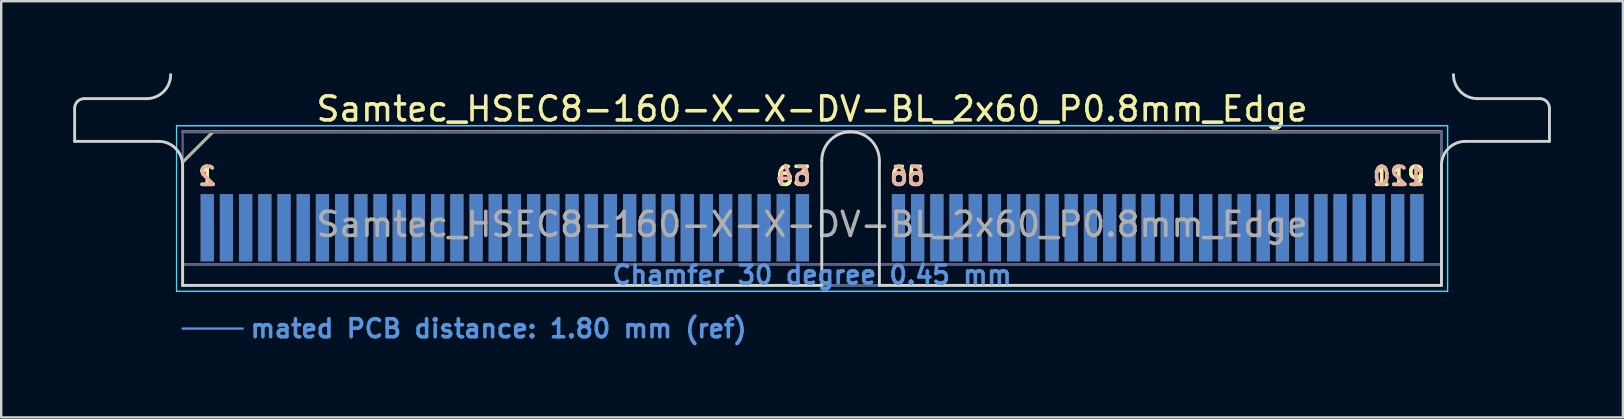
<source format=kicad_pcb>
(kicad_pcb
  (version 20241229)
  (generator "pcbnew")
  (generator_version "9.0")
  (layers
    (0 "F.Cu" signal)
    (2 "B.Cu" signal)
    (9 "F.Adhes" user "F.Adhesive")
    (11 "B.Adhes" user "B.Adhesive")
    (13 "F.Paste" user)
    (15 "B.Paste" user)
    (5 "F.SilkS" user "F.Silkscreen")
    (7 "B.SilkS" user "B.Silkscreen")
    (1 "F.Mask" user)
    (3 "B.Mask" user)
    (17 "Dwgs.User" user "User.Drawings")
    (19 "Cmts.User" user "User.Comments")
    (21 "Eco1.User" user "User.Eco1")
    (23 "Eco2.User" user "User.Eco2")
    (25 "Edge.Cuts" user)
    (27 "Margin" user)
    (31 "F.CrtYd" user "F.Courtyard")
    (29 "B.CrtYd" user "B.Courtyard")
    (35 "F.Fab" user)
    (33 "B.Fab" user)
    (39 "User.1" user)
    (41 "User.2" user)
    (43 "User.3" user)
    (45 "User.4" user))
  (footprint "Samtec_HSEC8-160-X-X-DV-BL_2x60_P0.8mm_Edge"
    (layer "F.Cu")
    (at 30.785 8.84)
    (property "Reference" "Samtec_HSEC8-160-X-X-DV-BL_2x60_P0.8mm_Edge" (at 0 -7.35 0) (layer "F.SilkS") (effects (font (size 1 1) (thickness 0.15))))
    (attr exclude_from_pos_files exclude_from_bom)
    (fp_line (start -26.225 -5.13) (end -24.955 -6.4) (stroke (width 0.12) (type solid)) (layer "F.SilkS"))
    (fp_line (start -24.955 -6.4) (end 26.225 -6.4) (stroke (width 0.12) (type solid)) (layer "F.SilkS"))
    (fp_line (start -26.225 -6.4) (end -26.225 -6.4) (stroke (width 0.12) (type solid)) (layer "B.SilkS"))
    (fp_line (start -26.225 -6.4) (end 26.225 -6.4) (stroke (width 0.12) (type solid)) (layer "B.SilkS"))
    (fp_line (start -26.225 1.8) (end -23.725 1.8) (stroke (width 0.1) (type solid)) (layer "Cmts.User"))
    (fp_line (start -30.725 -6) (end -30.725 -7.38) (stroke (width 0.12) (type solid)) (layer "Edge.Cuts"))
    (fp_line (start -30.325 -7.78) (end -27.725 -7.78) (stroke (width 0.12) (type solid)) (layer "Edge.Cuts"))
    (fp_line (start -27.225 -6) (end -30.725 -6) (stroke (width 0.12) (type solid)) (layer "Edge.Cuts"))
    (fp_line (start -26.225 -5) (end -26.225 0) (stroke (width 0.12) (type solid)) (layer "Edge.Cuts"))
    (fp_line (start -26.225 0) (end 0.405 0) (stroke (width 0.12) (type solid)) (layer "Edge.Cuts"))
    (fp_line (start 0.405 0) (end 0.405 -5.2) (stroke (width 0.12) (type solid)) (layer "Edge.Cuts"))
    (fp_line (start 2.805 -5.2) (end 2.805 0) (stroke (width 0.12) (type solid)) (layer "Edge.Cuts"))
    (fp_line (start 2.805 0) (end 26.225 0) (stroke (width 0.12) (type solid)) (layer "Edge.Cuts"))
    (fp_line (start 26.225 0) (end 26.225 -5) (stroke (width 0.12) (type solid)) (layer "Edge.Cuts"))
    (fp_line (start 27.225 -6) (end 30.725 -6) (stroke (width 0.12) (type solid)) (layer "Edge.Cuts"))
    (fp_line (start 30.325 -7.78) (end 27.725 -7.78) (stroke (width 0.12) (type solid)) (layer "Edge.Cuts"))
    (fp_line (start 30.725 -6) (end 30.725 -7.38) (stroke (width 0.12) (type solid)) (layer "Edge.Cuts"))
    (fp_arc (start -30.725 -7.38) (mid -30.607843 -7.662843) (end -30.325 -7.78) (stroke (width 0.12) (type solid)) (layer "Edge.Cuts"))
    (fp_arc (start -27.225 -6) (mid -26.517893 -5.707107) (end -26.225 -5) (stroke (width 0.12) (type solid)) (layer "Edge.Cuts"))
    (fp_arc (start -26.725 -8.78) (mid -27.017893 -8.072893) (end -27.725 -7.78) (stroke (width 0.12) (type solid)) (layer "Edge.Cuts"))
    (fp_arc (start 0.405 -5.2) (mid 1.605 -6.4) (end 2.805 -5.2) (stroke (width 0.12) (type solid)) (layer "Edge.Cuts"))
    (fp_arc (start 26.225 -5) (mid 26.517893 -5.707107) (end 27.225 -6) (stroke (width 0.12) (type solid)) (layer "Edge.Cuts"))
    (fp_arc (start 27.725 -7.78) (mid 27.017893 -8.072893) (end 26.725 -8.78) (stroke (width 0.12) (type solid)) (layer "Edge.Cuts"))
    (fp_arc (start 30.325 -7.78) (mid 30.607843 -7.662843) (end 30.725 -7.38) (stroke (width 0.12) (type solid)) (layer "Edge.Cuts"))
    (fp_line (start -26.48 -6.65) (end -26.48 0.25) (stroke (width 0.05) (type solid)) (layer "B.CrtYd"))
    (fp_line (start -26.48 0.25) (end 26.48 0.25) (stroke (width 0.05) (type solid)) (layer "B.CrtYd"))
    (fp_line (start 26.48 -6.65) (end -26.48 -6.65) (stroke (width 0.05) (type solid)) (layer "B.CrtYd"))
    (fp_line (start 26.48 0.25) (end 26.48 -6.65) (stroke (width 0.05) (type solid)) (layer "B.CrtYd"))
    (fp_line (start -26.48 -6.65) (end -26.48 0.25) (stroke (width 0.05) (type solid)) (layer "F.CrtYd"))
    (fp_line (start -26.48 0.25) (end 26.48 0.25) (stroke (width 0.05) (type solid)) (layer "F.CrtYd"))
    (fp_line (start 26.48 -6.65) (end -26.48 -6.65) (stroke (width 0.05) (type solid)) (layer "F.CrtYd"))
    (fp_line (start 26.48 0.25) (end 26.48 -6.65) (stroke (width 0.05) (type solid)) (layer "F.CrtYd"))
    (fp_line (start -26.225 -6.4) (end -26.225 -6.4) (stroke (width 0.1) (type solid)) (layer "B.Fab"))
    (fp_line (start -26.225 -6.4) (end -26.225 0) (stroke (width 0.1) (type solid)) (layer "B.Fab"))
    (fp_line (start -26.225 -6.4) (end 26.225 -6.4) (stroke (width 0.1) (type solid)) (layer "B.Fab"))
    (fp_line (start -26.225 -0.88) (end 26.225 -0.88) (stroke (width 0.1) (type solid)) (layer "B.Fab"))
    (fp_line (start -26.225 0) (end 26.225 0) (stroke (width 0.1) (type solid)) (layer "B.Fab"))
    (fp_line (start 26.225 -6.4) (end 26.225 0) (stroke (width 0.1) (type solid)) (layer "B.Fab"))
    (fp_line (start -26.225 -5.13) (end -26.225 0) (stroke (width 0.1) (type solid)) (layer "F.Fab"))
    (fp_line (start -26.225 -5.13) (end -24.955 -6.4) (stroke (width 0.1) (type solid)) (layer "F.Fab"))
    (fp_line (start -26.225 -0.88) (end 26.225 -0.88) (stroke (width 0.1) (type solid)) (layer "F.Fab"))
    (fp_line (start -26.225 0) (end 26.225 0) (stroke (width 0.1) (type solid)) (layer "F.Fab"))
    (fp_line (start -24.955 -6.4) (end 26.225 -6.4) (stroke (width 0.1) (type solid)) (layer "F.Fab"))
    (fp_line (start 26.225 -6.4) (end 26.225 0) (stroke (width 0.1) (type solid)) (layer "F.Fab"))
    (fp_text user "65" (at 3.975 -4.55 0) (layer "F.SilkS") (effects (font (size 0.75 0.75) (thickness 0.15))))
    (fp_text user "1" (at -25.2 -4.55 0) (layer "F.SilkS") (effects (font (size 0.75 0.75) (thickness 0.15))))
    (fp_text user "119" (at 24.45 -4.55 0) (layer "F.SilkS") (effects (font (size 0.75 0.75) (thickness 0.15))))
    (fp_text user "63" (at -0.775 -4.55 0) (layer "F.SilkS") (effects (font (size 0.75 0.75) (thickness 0.15))))
    (fp_text user "64" (at -0.775 -4.55 0) (layer "B.SilkS") (effects (font (size 0.75 0.75) (thickness 0.15)) (justify mirror)))
    (fp_text user "66" (at 3.975 -4.55 0) (layer "B.SilkS") (effects (font (size 0.75 0.75) (thickness 0.15)) (justify mirror)))
    (fp_text user "120" (at 24.45 -4.55 0) (layer "B.SilkS") (effects (font (size 0.75 0.75) (thickness 0.15)) (justify mirror)))
    (fp_text user "2" (at -25.2 -4.55 0) (layer "B.SilkS") (effects (font (size 0.75 0.75) (thickness 0.15)) (justify mirror)))
    (fp_text user "Chamfer 30 degree 0.45 mm" (at 0 -0.44 0) (layer "Cmts.User") (effects (font (size 0.75 0.75) (thickness 0.15))))
    (fp_text user "mated PCB distance: 1.80 mm (ref)" (at -23.48 1.8 0) (layer "Cmts.User") (effects (font (size 0.75 0.75) (thickness 0.15)) (justify left)))
    (fp_text user "${REFERENCE}" (at 0 -2.54 0) (layer "F.Fab") (effects (font (size 1 1) (thickness 0.15))))
    (pad "1" connect rect (at -25.2 -2.4) (size 0.55 2.8) (layers "F.Cu" "F.Mask"))
    (pad "2" connect rect (at -25.2 -2.4) (size 0.55 2.8) (layers "B.Cu" "B.Mask"))
    (pad "3" connect rect (at -24.4 -2.4) (size 0.55 2.8) (layers "F.Cu" "F.Mask"))
    (pad "4" connect rect (at -24.4 -2.4) (size 0.55 2.8) (layers "B.Cu" "B.Mask"))
    (pad "5" connect rect (at -23.6 -2.4) (size 0.55 2.8) (layers "F.Cu" "F.Mask"))
    (pad "6" connect rect (at -23.6 -2.4) (size 0.55 2.8) (layers "B.Cu" "B.Mask"))
    (pad "7" connect rect (at -22.8 -2.4) (size 0.55 2.8) (layers "F.Cu" "F.Mask"))
    (pad "8" connect rect (at -22.8 -2.4) (size 0.55 2.8) (layers "B.Cu" "B.Mask"))
    (pad "9" connect rect (at -22 -2.4) (size 0.55 2.8) (layers "F.Cu" "F.Mask"))
    (pad "10" connect rect (at -22 -2.4) (size 0.55 2.8) (layers "B.Cu" "B.Mask"))
    (pad "11" connect rect (at -21.2 -2.4) (size 0.55 2.8) (layers "F.Cu" "F.Mask"))
    (pad "12" connect rect (at -21.2 -2.4) (size 0.55 2.8) (layers "B.Cu" "B.Mask"))
    (pad "13" connect rect (at -20.4 -2.4) (size 0.55 2.8) (layers "F.Cu" "F.Mask"))
    (pad "14" connect rect (at -20.4 -2.4) (size 0.55 2.8) (layers "B.Cu" "B.Mask"))
    (pad "15" connect rect (at -19.6 -2.4) (size 0.55 2.8) (layers "F.Cu" "F.Mask"))
    (pad "16" connect rect (at -19.6 -2.4) (size 0.55 2.8) (layers "B.Cu" "B.Mask"))
    (pad "17" connect rect (at -18.8 -2.4) (size 0.55 2.8) (layers "F.Cu" "F.Mask"))
    (pad "18" connect rect (at -18.8 -2.4) (size 0.55 2.8) (layers "B.Cu" "B.Mask"))
    (pad "19" connect rect (at -18 -2.4) (size 0.55 2.8) (layers "F.Cu" "F.Mask"))
    (pad "20" connect rect (at -18 -2.4) (size 0.55 2.8) (layers "B.Cu" "B.Mask"))
    (pad "21" connect rect (at -17.2 -2.4) (size 0.55 2.8) (layers "F.Cu" "F.Mask"))
    (pad "22" connect rect (at -17.2 -2.4) (size 0.55 2.8) (layers "B.Cu" "B.Mask"))
    (pad "23" connect rect (at -16.4 -2.4) (size 0.55 2.8) (layers "F.Cu" "F.Mask"))
    (pad "24" connect rect (at -16.4 -2.4) (size 0.55 2.8) (layers "B.Cu" "B.Mask"))
    (pad "25" connect rect (at -15.6 -2.4) (size 0.55 2.8) (layers "F.Cu" "F.Mask"))
    (pad "26" connect rect (at -15.6 -2.4) (size 0.55 2.8) (layers "B.Cu" "B.Mask"))
    (pad "27" connect rect (at -14.8 -2.4) (size 0.55 2.8) (layers "F.Cu" "F.Mask"))
    (pad "28" connect rect (at -14.8 -2.4) (size 0.55 2.8) (layers "B.Cu" "B.Mask"))
    (pad "29" connect rect (at -14 -2.4) (size 0.55 2.8) (layers "F.Cu" "F.Mask"))
    (pad "30" connect rect (at -14 -2.4) (size 0.55 2.8) (layers "B.Cu" "B.Mask"))
    (pad "31" connect rect (at -13.2 -2.4) (size 0.55 2.8) (layers "F.Cu" "F.Mask"))
    (pad "32" connect rect (at -13.2 -2.4) (size 0.55 2.8) (layers "B.Cu" "B.Mask"))
    (pad "33" connect rect (at -12.4 -2.4) (size 0.55 2.8) (layers "F.Cu" "F.Mask"))
    (pad "34" connect rect (at -12.4 -2.4) (size 0.55 2.8) (layers "B.Cu" "B.Mask"))
    (pad "35" connect rect (at -11.6 -2.4) (size 0.55 2.8) (layers "F.Cu" "F.Mask"))
    (pad "36" connect rect (at -11.6 -2.4) (size 0.55 2.8) (layers "B.Cu" "B.Mask"))
    (pad "37" connect rect (at -10.8 -2.4) (size 0.55 2.8) (layers "F.Cu" "F.Mask"))
    (pad "38" connect rect (at -10.8 -2.4) (size 0.55 2.8) (layers "B.Cu" "B.Mask"))
    (pad "39" connect rect (at -10 -2.4) (size 0.55 2.8) (layers "F.Cu" "F.Mask"))
    (pad "40" connect rect (at -10 -2.4) (size 0.55 2.8) (layers "B.Cu" "B.Mask"))
    (pad "41" connect rect (at -9.2 -2.4) (size 0.55 2.8) (layers "F.Cu" "F.Mask"))
    (pad "42" connect rect (at -9.2 -2.4) (size 0.55 2.8) (layers "B.Cu" "B.Mask"))
    (pad "43" connect rect (at -8.4 -2.4) (size 0.55 2.8) (layers "F.Cu" "F.Mask"))
    (pad "44" connect rect (at -8.4 -2.4) (size 0.55 2.8) (layers "B.Cu" "B.Mask"))
    (pad "45" connect rect (at -7.6 -2.4) (size 0.55 2.8) (layers "F.Cu" "F.Mask"))
    (pad "46" connect rect (at -7.6 -2.4) (size 0.55 2.8) (layers "B.Cu" "B.Mask"))
    (pad "47" connect rect (at -6.8 -2.4) (size 0.55 2.8) (layers "F.Cu" "F.Mask"))
    (pad "48" connect rect (at -6.8 -2.4) (size 0.55 2.8) (layers "B.Cu" "B.Mask"))
    (pad "49" connect rect (at -6 -2.4) (size 0.55 2.8) (layers "F.Cu" "F.Mask"))
    (pad "50" connect rect (at -6 -2.4) (size 0.55 2.8) (layers "B.Cu" "B.Mask"))
    (pad "51" connect rect (at -5.2 -2.4) (size 0.55 2.8) (layers "F.Cu" "F.Mask"))
    (pad "52" connect rect (at -5.2 -2.4) (size 0.55 2.8) (layers "B.Cu" "B.Mask"))
    (pad "53" connect rect (at -4.4 -2.4) (size 0.55 2.8) (layers "F.Cu" "F.Mask"))
    (pad "54" connect rect (at -4.4 -2.4) (size 0.55 2.8) (layers "B.Cu" "B.Mask"))
    (pad "55" connect rect (at -3.6 -2.4) (size 0.55 2.8) (layers "F.Cu" "F.Mask"))
    (pad "56" connect rect (at -3.6 -2.4) (size 0.55 2.8) (layers "B.Cu" "B.Mask"))
    (pad "57" connect rect (at -2.8 -2.4) (size 0.55 2.8) (layers "F.Cu" "F.Mask"))
    (pad "58" connect rect (at -2.8 -2.4) (size 0.55 2.8) (layers "B.Cu" "B.Mask"))
    (pad "59" connect rect (at -2 -2.4) (size 0.55 2.8) (layers "F.Cu" "F.Mask"))
    (pad "60" connect rect (at -2 -2.4) (size 0.55 2.8) (layers "B.Cu" "B.Mask"))
    (pad "61" connect rect (at -1.2 -2.4) (size 0.55 2.8) (layers "F.Cu" "F.Mask"))
    (pad "62" connect rect (at -1.2 -2.4) (size 0.55 2.8) (layers "B.Cu" "B.Mask"))
    (pad "63" connect rect (at -0.4 -2.4) (size 0.55 2.8) (layers "F.Cu" "F.Mask"))
    (pad "64" connect rect (at -0.4 -2.4) (size 0.55 2.8) (layers "B.Cu" "B.Mask"))
    (pad "65" connect rect (at 3.6 -2.4) (size 0.55 2.8) (layers "F.Cu" "F.Mask"))
    (pad "66" connect rect (at 3.6 -2.4) (size 0.55 2.8) (layers "B.Cu" "B.Mask"))
    (pad "67" connect rect (at 4.4 -2.4) (size 0.55 2.8) (layers "F.Cu" "F.Mask"))
    (pad "68" connect rect (at 4.4 -2.4) (size 0.55 2.8) (layers "B.Cu" "B.Mask"))
    (pad "69" connect rect (at 5.2 -2.4) (size 0.55 2.8) (layers "F.Cu" "F.Mask"))
    (pad "70" connect rect (at 5.2 -2.4) (size 0.55 2.8) (layers "B.Cu" "B.Mask"))
    (pad "71" connect rect (at 6 -2.4) (size 0.55 2.8) (layers "F.Cu" "F.Mask"))
    (pad "72" connect rect (at 6 -2.4) (size 0.55 2.8) (layers "B.Cu" "B.Mask"))
    (pad "73" connect rect (at 6.8 -2.4) (size 0.55 2.8) (layers "F.Cu" "F.Mask"))
    (pad "74" connect rect (at 6.8 -2.4) (size 0.55 2.8) (layers "B.Cu" "B.Mask"))
    (pad "75" connect rect (at 7.6 -2.4) (size 0.55 2.8) (layers "F.Cu" "F.Mask"))
    (pad "76" connect rect (at 7.6 -2.4) (size 0.55 2.8) (layers "B.Cu" "B.Mask"))
    (pad "77" connect rect (at 8.4 -2.4) (size 0.55 2.8) (layers "F.Cu" "F.Mask"))
    (pad "78" connect rect (at 8.4 -2.4) (size 0.55 2.8) (layers "B.Cu" "B.Mask"))
    (pad "79" connect rect (at 9.2 -2.4) (size 0.55 2.8) (layers "F.Cu" "F.Mask"))
    (pad "80" connect rect (at 9.2 -2.4) (size 0.55 2.8) (layers "B.Cu" "B.Mask"))
    (pad "81" connect rect (at 10 -2.4) (size 0.55 2.8) (layers "F.Cu" "F.Mask"))
    (pad "82" connect rect (at 10 -2.4) (size 0.55 2.8) (layers "B.Cu" "B.Mask"))
    (pad "83" connect rect (at 10.8 -2.4) (size 0.55 2.8) (layers "F.Cu" "F.Mask"))
    (pad "84" connect rect (at 10.8 -2.4) (size 0.55 2.8) (layers "B.Cu" "B.Mask"))
    (pad "85" connect rect (at 11.6 -2.4) (size 0.55 2.8) (layers "F.Cu" "F.Mask"))
    (pad "86" connect rect (at 11.6 -2.4) (size 0.55 2.8) (layers "B.Cu" "B.Mask"))
    (pad "87" connect rect (at 12.4 -2.4) (size 0.55 2.8) (layers "F.Cu" "F.Mask"))
    (pad "88" connect rect (at 12.4 -2.4) (size 0.55 2.8) (layers "B.Cu" "B.Mask"))
    (pad "89" connect rect (at 13.2 -2.4) (size 0.55 2.8) (layers "F.Cu" "F.Mask"))
    (pad "90" connect rect (at 13.2 -2.4) (size 0.55 2.8) (layers "B.Cu" "B.Mask"))
    (pad "91" connect rect (at 14 -2.4) (size 0.55 2.8) (layers "F.Cu" "F.Mask"))
    (pad "92" connect rect (at 14 -2.4) (size 0.55 2.8) (layers "B.Cu" "B.Mask"))
    (pad "93" connect rect (at 14.8 -2.4) (size 0.55 2.8) (layers "F.Cu" "F.Mask"))
    (pad "94" connect rect (at 14.8 -2.4) (size 0.55 2.8) (layers "B.Cu" "B.Mask"))
    (pad "95" connect rect (at 15.6 -2.4) (size 0.55 2.8) (layers "F.Cu" "F.Mask"))
    (pad "96" connect rect (at 15.6 -2.4) (size 0.55 2.8) (layers "B.Cu" "B.Mask"))
    (pad "97" connect rect (at 16.4 -2.4) (size 0.55 2.8) (layers "F.Cu" "F.Mask"))
    (pad "98" connect rect (at 16.4 -2.4) (size 0.55 2.8) (layers "B.Cu" "B.Mask"))
    (pad "99" connect rect (at 17.2 -2.4) (size 0.55 2.8) (layers "F.Cu" "F.Mask"))
    (pad "100" connect rect (at 17.2 -2.4) (size 0.55 2.8) (layers "B.Cu" "B.Mask"))
    (pad "101" connect rect (at 18 -2.4) (size 0.55 2.8) (layers "F.Cu" "F.Mask"))
    (pad "102" connect rect (at 18 -2.4) (size 0.55 2.8) (layers "B.Cu" "B.Mask"))
    (pad "103" connect rect (at 18.8 -2.4) (size 0.55 2.8) (layers "F.Cu" "F.Mask"))
    (pad "104" connect rect (at 18.8 -2.4) (size 0.55 2.8) (layers "B.Cu" "B.Mask"))
    (pad "105" connect rect (at 19.6 -2.4) (size 0.55 2.8) (layers "F.Cu" "F.Mask"))
    (pad "106" connect rect (at 19.6 -2.4) (size 0.55 2.8) (layers "B.Cu" "B.Mask"))
    (pad "107" connect rect (at 20.4 -2.4) (size 0.55 2.8) (layers "F.Cu" "F.Mask"))
    (pad "108" connect rect (at 20.4 -2.4) (size 0.55 2.8) (layers "B.Cu" "B.Mask"))
    (pad "109" connect rect (at 21.2 -2.4) (size 0.55 2.8) (layers "F.Cu" "F.Mask"))
    (pad "110" connect rect (at 21.2 -2.4) (size 0.55 2.8) (layers "B.Cu" "B.Mask"))
    (pad "111" connect rect (at 22 -2.4) (size 0.55 2.8) (layers "F.Cu" "F.Mask"))
    (pad "112" connect rect (at 22 -2.4) (size 0.55 2.8) (layers "B.Cu" "B.Mask"))
    (pad "113" connect rect (at 22.8 -2.4) (size 0.55 2.8) (layers "F.Cu" "F.Mask"))
    (pad "114" connect rect (at 22.8 -2.4) (size 0.55 2.8) (layers "B.Cu" "B.Mask"))
    (pad "115" connect rect (at 23.6 -2.4) (size 0.55 2.8) (layers "F.Cu" "F.Mask"))
    (pad "116" connect rect (at 23.6 -2.4) (size 0.55 2.8) (layers "B.Cu" "B.Mask"))
    (pad "117" connect rect (at 24.4 -2.4) (size 0.55 2.8) (layers "F.Cu" "F.Mask"))
    (pad "118" connect rect (at 24.4 -2.4) (size 0.55 2.8) (layers "B.Cu" "B.Mask"))
    (pad "119" connect rect (at 25.2 -2.4) (size 0.55 2.8) (layers "F.Cu" "F.Mask"))
    (pad "120" connect rect (at 25.2 -2.4) (size 0.55 2.8) (layers "B.Cu" "B.Mask")))
  (gr_rect
    (start -3 -3)
    (end 64.57 14.342)
    (stroke (width 0.1) (type default))
    (fill no)
    (layer "Edge.Cuts")))
</source>
